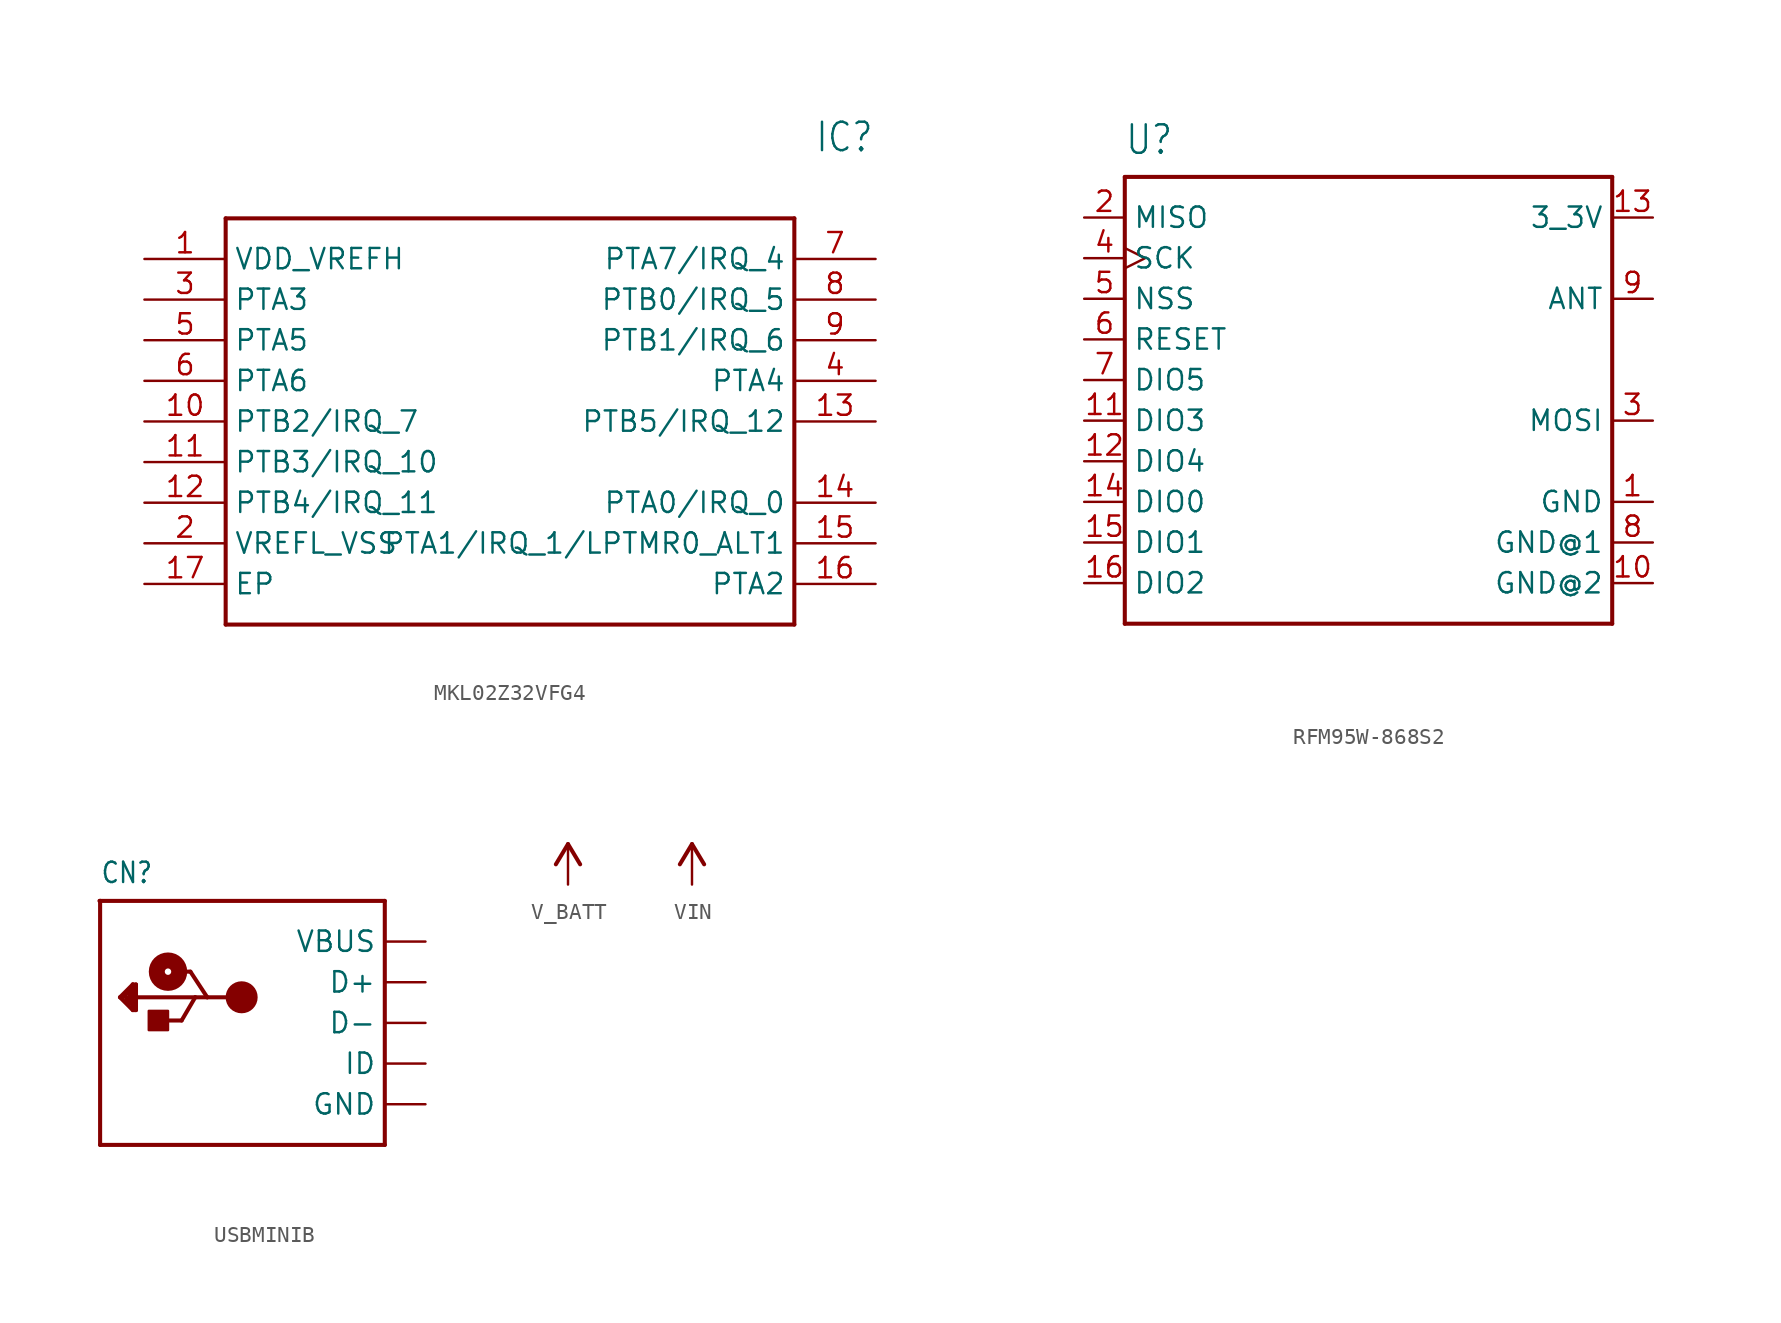
<source format=kicad_sym>
(kicad_symbol_lib
  (version 20231120)
  (generator "kicad_symbol_editor")
  (generator_version "8.0")
  (symbol "MKL02Z32VFG4"
    (property "Reference" "IC"
      (at 41.91 38.1 0)
      (effects (font (size 1.778 1.511)) (justify left)))
    (property "Value" ""
      (at 41.91 35.56 0)
      (effects (font (size 1.778 1.511)) (justify left)))
    (property "ki_locked" ""
      (at 0 0 0)
      (effects (font (size 1.27 1.27))))
    (symbol "MKL02Z32VFG4_1_0"
      (polyline (pts (xy 5.08 33.02) (xy 5.08 7.62)) (stroke (width 0.254) (type solid)) (fill (type none)))
      (polyline (pts (xy 5.08 33.02) (xy 40.64 33.02)) (stroke (width 0.254) (type solid)) (fill (type none)))
      (polyline (pts (xy 40.64 7.62) (xy 5.08 7.62)) (stroke (width 0.254) (type solid)) (fill (type none)))
      (polyline (pts (xy 40.64 7.62) (xy 40.64 33.02)) (stroke (width 0.254) (type solid)) (fill (type none)))
      (pin bidirectional line (at 0 30.48 0) (length 5.08) (name "VDD_VREFH" (effects (font (size 1.27 1.27)))) (number "1" (effects (font (size 1.27 1.27)))))
      (pin bidirectional line (at 0 20.32 0) (length 5.08) (name "PTB2/IRQ_7" (effects (font (size 1.27 1.27)))) (number "10" (effects (font (size 1.27 1.27)))))
      (pin bidirectional line (at 0 17.78 0) (length 5.08) (name "PTB3/IRQ_10" (effects (font (size 1.27 1.27)))) (number "11" (effects (font (size 1.27 1.27)))))
      (pin bidirectional line (at 0 15.24 0) (length 5.08) (name "PTB4/IRQ_11" (effects (font (size 1.27 1.27)))) (number "12" (effects (font (size 1.27 1.27)))))
      (pin bidirectional line (at 45.72 20.32 180) (length 5.08) (name "PTB5/IRQ_12" (effects (font (size 1.27 1.27)))) (number "13" (effects (font (size 1.27 1.27)))))
      (pin bidirectional line (at 45.72 15.24 180) (length 5.08) (name "PTA0/IRQ_0" (effects (font (size 1.27 1.27)))) (number "14" (effects (font (size 1.27 1.27)))))
      (pin bidirectional line (at 45.72 12.7 180) (length 5.08) (name "PTA1/IRQ_1/LPTMR0_ALT1" (effects (font (size 1.27 1.27)))) (number "15" (effects (font (size 1.27 1.27)))))
      (pin bidirectional line (at 45.72 10.16 180) (length 5.08) (name "PTA2" (effects (font (size 1.27 1.27)))) (number "16" (effects (font (size 1.27 1.27)))))
      (pin bidirectional line (at 0 10.16 0) (length 5.08) (name "EP" (effects (font (size 1.27 1.27)))) (number "17" (effects (font (size 1.27 1.27)))))
      (pin bidirectional line (at 0 12.7 0) (length 5.08) (name "VREFL_VSS" (effects (font (size 1.27 1.27)))) (number "2" (effects (font (size 1.27 1.27)))))
      (pin bidirectional line (at 0 27.94 0) (length 5.08) (name "PTA3" (effects (font (size 1.27 1.27)))) (number "3" (effects (font (size 1.27 1.27)))))
      (pin bidirectional line (at 45.72 22.86 180) (length 5.08) (name "PTA4" (effects (font (size 1.27 1.27)))) (number "4" (effects (font (size 1.27 1.27)))))
      (pin bidirectional line (at 0 25.4 0) (length 5.08) (name "PTA5" (effects (font (size 1.27 1.27)))) (number "5" (effects (font (size 1.27 1.27)))))
      (pin bidirectional line (at 0 22.86 0) (length 5.08) (name "PTA6" (effects (font (size 1.27 1.27)))) (number "6" (effects (font (size 1.27 1.27)))))
      (pin bidirectional line (at 45.72 30.48 180) (length 5.08) (name "PTA7/IRQ_4" (effects (font (size 1.27 1.27)))) (number "7" (effects (font (size 1.27 1.27)))))
      (pin bidirectional line (at 45.72 27.94 180) (length 5.08) (name "PTB0/IRQ_5" (effects (font (size 1.27 1.27)))) (number "8" (effects (font (size 1.27 1.27)))))
      (pin bidirectional line (at 45.72 25.4 180) (length 5.08) (name "PTB1/IRQ_6" (effects (font (size 1.27 1.27)))) (number "9" (effects (font (size 1.27 1.27)))))))
  (symbol "RFM95W-868S2"
    (property "Reference" "U"
      (at -15.256 13.985 0)
      (effects (font (size 1.78 1.513)) (justify left bottom)))
    (property "Value" ""
      (at -15.265 -17.809 0)
      (effects (font (size 1.781 1.514)) (justify left bottom)))
    (property "ki_locked" ""
      (at 0 0 0)
      (effects (font (size 1.27 1.27))))
    (symbol "RFM95W-868S2_1_0"
      (polyline (pts (xy -15.24 -15.24) (xy 15.24 -15.24)) (stroke (width 0.254) (type solid)) (fill (type none)))
      (polyline (pts (xy -15.24 12.7) (xy -15.24 -15.24)) (stroke (width 0.254) (type solid)) (fill (type none)))
      (polyline (pts (xy 15.24 -15.24) (xy 15.24 12.7)) (stroke (width 0.254) (type solid)) (fill (type none)))
      (polyline (pts (xy 15.24 12.7) (xy -15.24 12.7)) (stroke (width 0.254) (type solid)) (fill (type none)))
      (pin power_in line (at 17.78 -7.62 180) (length 2.54) (name "GND" (effects (font (size 1.27 1.27)))) (number "1" (effects (font (size 1.27 1.27)))))
      (pin power_in line (at 17.78 -12.7 180) (length 2.54) (name "GND@2" (effects (font (size 1.27 1.27)))) (number "10" (effects (font (size 1.27 1.27)))))
      (pin bidirectional line (at -17.78 -2.54 0) (length 2.54) (name "DIO3" (effects (font (size 1.27 1.27)))) (number "11" (effects (font (size 1.27 1.27)))))
      (pin bidirectional line (at -17.78 -5.08 0) (length 2.54) (name "DIO4" (effects (font (size 1.27 1.27)))) (number "12" (effects (font (size 1.27 1.27)))))
      (pin power_in line (at 17.78 10.16 180) (length 2.54) (name "3_3V" (effects (font (size 1.27 1.27)))) (number "13" (effects (font (size 1.27 1.27)))))
      (pin bidirectional line (at -17.78 -7.62 0) (length 2.54) (name "DIO0" (effects (font (size 1.27 1.27)))) (number "14" (effects (font (size 1.27 1.27)))))
      (pin bidirectional line (at -17.78 -10.16 0) (length 2.54) (name "DIO1" (effects (font (size 1.27 1.27)))) (number "15" (effects (font (size 1.27 1.27)))))
      (pin bidirectional line (at -17.78 -12.7 0) (length 2.54) (name "DIO2" (effects (font (size 1.27 1.27)))) (number "16" (effects (font (size 1.27 1.27)))))
      (pin input line (at -17.78 10.16 0) (length 2.54) (name "MISO" (effects (font (size 1.27 1.27)))) (number "2" (effects (font (size 1.27 1.27)))))
      (pin output line (at 17.78 -2.54 180) (length 2.54) (name "MOSI" (effects (font (size 1.27 1.27)))) (number "3" (effects (font (size 1.27 1.27)))))
      (pin input clock (at -17.78 7.62 0) (length 2.54) (name "SCK" (effects (font (size 1.27 1.27)))) (number "4" (effects (font (size 1.27 1.27)))))
      (pin input line (at -17.78 5.08 0) (length 2.54) (name "NSS" (effects (font (size 1.27 1.27)))) (number "5" (effects (font (size 1.27 1.27)))))
      (pin bidirectional line (at -17.78 2.54 0) (length 2.54) (name "RESET" (effects (font (size 1.27 1.27)))) (number "6" (effects (font (size 1.27 1.27)))))
      (pin bidirectional line (at -17.78 0 0) (length 2.54) (name "DIO5" (effects (font (size 1.27 1.27)))) (number "7" (effects (font (size 1.27 1.27)))))
      (pin power_in line (at 17.78 -10.16 180) (length 2.54) (name "GND@1" (effects (font (size 1.27 1.27)))) (number "8" (effects (font (size 1.27 1.27)))))
      (pin passive line (at 17.78 5.08 180) (length 2.54) (name "ANT" (effects (font (size 1.27 1.27)))) (number "9" (effects (font (size 1.27 1.27)))))))
  (symbol "USBMINIB"
    (property "Reference" "CN"
      (at -10.16 8.636 0)
      (effects (font (size 1.27 1.079)) (justify left bottom)))
    (property "Value" ""
      (at -10.16 -10.16 0)
      (effects (font (size 1.27 1.079)) (justify left bottom)))
    (property "ki_locked" ""
      (at 0 0 0)
      (effects (font (size 1.27 1.27))))
    (symbol "USBMINIB_1_0"
      (rectangle (start -7.12 -0.45) (end -5.92 0.75) (stroke (width 0) (type default)) (fill (type outline)))
      (circle (center -5.92 3.2) (radius 0.2) (stroke (width 1) (type solid)) (fill (type none)))
      (circle (center -1.32 1.6) (radius 0.5) (stroke (width 1) (type solid)) (fill (type none)))
      (polyline (pts (xy -10.2 7.62) (xy -10.16 7.62)) (stroke (width 0.254) (type solid)) (fill (type none)))
      (polyline (pts (xy -10.16 -7.62) (xy 7.62 -7.62)) (stroke (width 0.254) (type solid)) (fill (type none)))
      (polyline (pts (xy -10.16 7.62) (xy -10.16 -7.62)) (stroke (width 0.254) (type solid)) (fill (type none)))
      (polyline (pts (xy -10.16 7.62) (xy 7.62 7.62)) (stroke (width 0.254) (type solid)) (fill (type none)))
      (polyline (pts (xy -8.92 1.6) (xy -8.12 2.4)) (stroke (width 0.254) (type solid)) (fill (type none)))
      (polyline (pts (xy -8.52 1.4) (xy -8.32 1.2)) (stroke (width 0.254) (type solid)) (fill (type none)))
      (polyline (pts (xy -8.52 1.6) (xy -8.52 1.4)) (stroke (width 0.254) (type solid)) (fill (type none)))
      (polyline (pts (xy -8.32 1.2) (xy -8.32 2)) (stroke (width 0.254) (type solid)) (fill (type none)))
      (polyline (pts (xy -8.32 2) (xy -8.72 1.6)) (stroke (width 0.254) (type solid)) (fill (type none)))
      (polyline (pts (xy -8.12 0.8) (xy -8.92 1.6)) (stroke (width 0.254) (type solid)) (fill (type none)))
      (polyline (pts (xy -8.12 1) (xy -8.12 2.4)) (stroke (width 0.254) (type solid)) (fill (type none)))
      (polyline (pts (xy -8.12 2.4) (xy -7.92 2.4)) (stroke (width 0.254) (type solid)) (fill (type none)))
      (polyline (pts (xy -7.92 0.8) (xy -8.12 0.8)) (stroke (width 0.254) (type solid)) (fill (type none)))
      (polyline (pts (xy -7.92 1.6) (xy -7.92 0.8)) (stroke (width 0.254) (type solid)) (fill (type none)))
      (polyline (pts (xy -7.92 2.4) (xy -7.92 1.6)) (stroke (width 0.254) (type solid)) (fill (type none)))
      (polyline (pts (xy -6.27 0.15) (xy -5.07 0.15)) (stroke (width 0.254) (type solid)) (fill (type none)))
      (polyline (pts (xy -5.52 3.2) (xy -4.52 3.2)) (stroke (width 0.254) (type solid)) (fill (type none)))
      (polyline (pts (xy -5.07 0.15) (xy -4.22 1.6)) (stroke (width 0.254) (type solid)) (fill (type none)))
      (polyline (pts (xy -4.52 3.2) (xy -3.47 1.6)) (stroke (width 0.254) (type solid)) (fill (type none)))
      (polyline (pts (xy -4.22 1.6) (xy -7.92 1.6)) (stroke (width 0.254) (type solid)) (fill (type none)))
      (polyline (pts (xy -3.47 1.6) (xy -4.22 1.6)) (stroke (width 0.254) (type solid)) (fill (type none)))
      (polyline (pts (xy -1.32 1.6) (xy -3.47 1.6)) (stroke (width 0.254) (type solid)) (fill (type none)))
      (polyline (pts (xy 7.62 7.62) (xy 7.62 -7.62)) (stroke (width 0.254) (type solid)) (fill (type none)))
      (pin bidirectional line (at 10.16 2.54 180) (length 2.54) (name "D+" (effects (font (size 1.27 1.27)))) (number "D+" (effects (font (size 0 0)))))
      (pin bidirectional line (at 10.16 0 180) (length 2.54) (name "D-" (effects (font (size 1.27 1.27)))) (number "D-" (effects (font (size 0 0)))))
      (pin power_in line (at 10.16 -5.08 180) (length 2.54) (name "GND" (effects (font (size 1.27 1.27)))) (number "GND" (effects (font (size 0 0)))))
      (pin bidirectional line (at 10.16 -2.54 180) (length 2.54) (name "ID" (effects (font (size 1.27 1.27)))) (number "ID" (effects (font (size 0 0)))))
      (pin power_in line (at 10.16 5.08 180) (length 2.54) (name "VBUS" (effects (font (size 1.27 1.27)))) (number "VBUS" (effects (font (size 0 0)))))))
  (symbol "V_BATT"
    (power)
    (property "Reference" "#SUPPLY"
      (at 0 0 0)
      (effects (font (size 1.27 1.27)) (hide yes)))
    (property "Value" ""
      (at 0 2.794 0)
      (effects (font (size 1.778 1.511)) (justify bottom)))
    (property "ki_locked" ""
      (at 0 0 0)
      (effects (font (size 1.27 1.27))))
    (symbol "V_BATT_1_0"
      (polyline (pts (xy 0 2.54) (xy -0.762 1.27)) (stroke (width 0.254) (type solid)) (fill (type none)))
      (polyline (pts (xy 0.762 1.27) (xy 0 2.54)) (stroke (width 0.254) (type solid)) (fill (type none)))
      (pin power_in line (at 0 0 90) (length 2.54) (name "V_BATT" (effects (font (size 0 0)))) (number "1" (effects (font (size 0 0)))))))
  (symbol "VIN"
    (power)
    (property "Reference" "#SUPPLY"
      (at 0 0 0)
      (effects (font (size 1.27 1.27)) (hide yes)))
    (property "Value" ""
      (at 0 2.794 0)
      (effects (font (size 1.778 1.511)) (justify bottom)))
    (property "ki_locked" ""
      (at 0 0 0)
      (effects (font (size 1.27 1.27))))
    (symbol "VIN_1_0"
      (polyline (pts (xy 0 2.54) (xy -0.762 1.27)) (stroke (width 0.254) (type solid)) (fill (type none)))
      (polyline (pts (xy 0.762 1.27) (xy 0 2.54)) (stroke (width 0.254) (type solid)) (fill (type none)))
      (pin power_in line (at 0 0 90) (length 2.54) (name "VIN" (effects (font (size 0 0)))) (number "1" (effects (font (size 0 0))))))))
</source>
